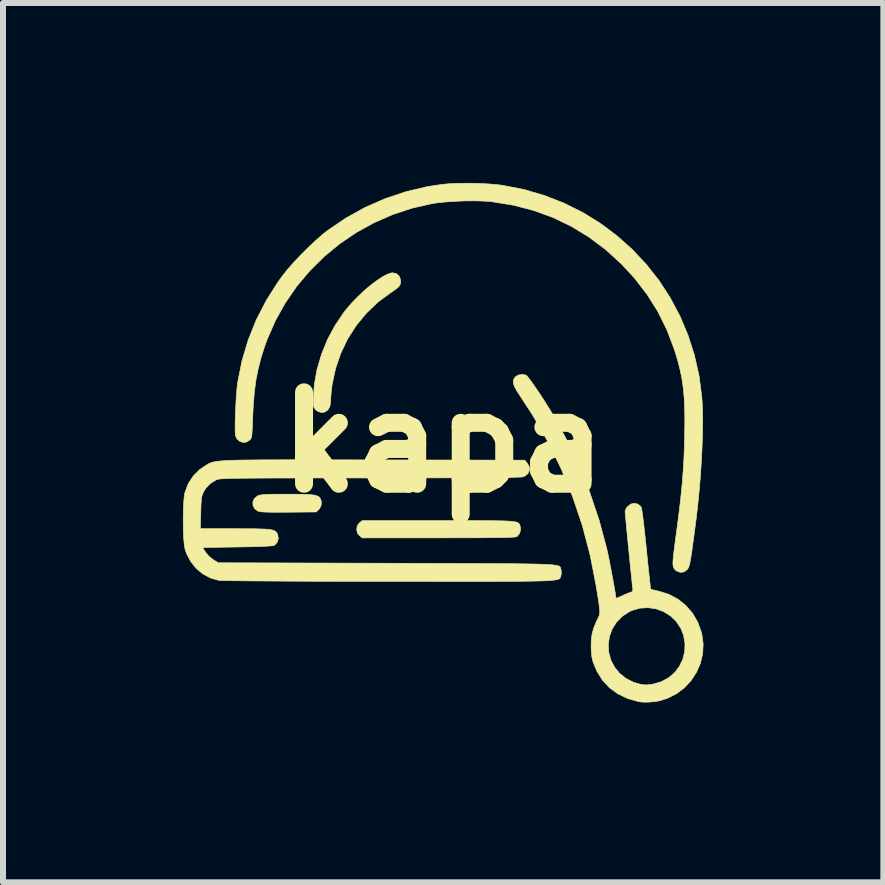
<source format=kicad_pcb>
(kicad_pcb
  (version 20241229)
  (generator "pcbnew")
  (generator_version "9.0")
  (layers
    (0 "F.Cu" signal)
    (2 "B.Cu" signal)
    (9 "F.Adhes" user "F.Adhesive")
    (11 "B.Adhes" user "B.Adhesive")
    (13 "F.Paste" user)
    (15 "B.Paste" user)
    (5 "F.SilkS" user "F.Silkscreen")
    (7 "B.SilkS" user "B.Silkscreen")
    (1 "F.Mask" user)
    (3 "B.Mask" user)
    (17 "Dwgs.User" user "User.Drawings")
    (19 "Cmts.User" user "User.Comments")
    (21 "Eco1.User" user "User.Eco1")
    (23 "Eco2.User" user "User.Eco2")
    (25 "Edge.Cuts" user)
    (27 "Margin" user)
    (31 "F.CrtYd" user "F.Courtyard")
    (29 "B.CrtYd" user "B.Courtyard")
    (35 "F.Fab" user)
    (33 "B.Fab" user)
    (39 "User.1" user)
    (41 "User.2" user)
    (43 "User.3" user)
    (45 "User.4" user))
  (footprint "kapa"
    (layer "F.Cu")
    (at 4.342 4.327)
    (property "Reference" "kapa" (at 0 0 0) (layer "F.SilkS") (effects (font (size 1.524 1.524) (thickness 0.3))))
    (attr through_hole)
    (fp_poly (pts (xy -2.459 0.864) (xy -2.342 0.866) (xy -2.252 0.869) (xy -2.185 0.874) (xy -2.135 0.882) (xy -2.1 0.893) (xy -2.075 0.907) (xy -2.057 0.925) (xy -2.055 0.928) (xy -2.034 0.981) (xy -2.036 1.044) (xy -2.06 1.1) (xy -2.076 1.119) (xy -2.119 1.16) (xy -2.579 1.164) (xy -2.726 1.165) (xy -2.842 1.165) (xy -2.932 1.163) (xy -2.998 1.16) (xy -3.046 1.156) (xy -3.078 1.15) (xy -3.092 1.145) (xy -3.145 1.106) (xy -3.173 1.052) (xy -3.175 0.994) (xy -3.152 0.939) (xy -3.102 0.896) (xy -3.098 0.893) (xy -3.076 0.884) (xy -3.049 0.877) (xy -3.012 0.872) (xy -2.961 0.868) (xy -2.891 0.866) (xy -2.799 0.864) (xy -2.679 0.864) (xy -2.605 0.864) (xy -2.459 0.864)) (stroke (width 0.01) (type solid)) (fill yes) (layer "F.SilkS"))
    (fp_poly (pts (xy 0.376 1.304) (xy 0.558 1.304) (xy 0.714 1.305) (xy 0.844 1.306) (xy 0.952 1.308) (xy 1.039 1.31) (xy 1.109 1.314) (xy 1.162 1.319) (xy 1.202 1.325) (xy 1.231 1.333) (xy 1.25 1.343) (xy 1.263 1.354) (xy 1.271 1.367) (xy 1.277 1.383) (xy 1.283 1.401) (xy 1.283 1.402) (xy 1.289 1.46) (xy 1.271 1.519) (xy 1.235 1.564) (xy 1.222 1.573) (xy 1.2 1.577) (xy 1.151 1.581) (xy 1.072 1.584) (xy 0.964 1.586) (xy 0.826 1.588) (xy 0.657 1.59) (xy 0.457 1.591) (xy 0.224 1.591) (xy -0.042 1.592) (xy -0.083 1.592) (xy -1.353 1.592) (xy -1.398 1.553) (xy -1.431 1.514) (xy -1.442 1.464) (xy -1.443 1.448) (xy -1.435 1.393) (xy -1.408 1.352) (xy -1.398 1.343) (xy -1.353 1.304) (xy -0.079 1.304) (xy 0.164 1.304) (xy 0.376 1.304)) (stroke (width 0.01) (type solid)) (fill yes) (layer "F.SilkS"))
    (fp_poly (pts (xy -0.78 -2.813) (xy -0.735 -2.772) (xy -0.713 -2.712) (xy -0.711 -2.69) (xy -0.714 -2.651) (xy -0.726 -2.619) (xy -0.751 -2.588) (xy -0.796 -2.552) (xy -0.864 -2.506) (xy -0.873 -2.5) (xy -1.088 -2.341) (xy -1.281 -2.157) (xy -1.45 -1.952) (xy -1.594 -1.727) (xy -1.709 -1.487) (xy -1.796 -1.233) (xy -1.853 -0.968) (xy -1.861 -0.906) (xy -1.87 -0.826) (xy -1.876 -0.749) (xy -1.879 -0.687) (xy -1.88 -0.674) (xy -1.892 -0.599) (xy -1.924 -0.542) (xy -1.972 -0.507) (xy -2.028 -0.497) (xy -2.087 -0.515) (xy -2.114 -0.533) (xy -2.14 -0.557) (xy -2.156 -0.58) (xy -2.164 -0.611) (xy -2.167 -0.66) (xy -2.167 -0.717) (xy -2.151 -0.965) (xy -2.105 -1.218) (xy -2.03 -1.47) (xy -1.93 -1.717) (xy -1.804 -1.951) (xy -1.657 -2.169) (xy -1.617 -2.22) (xy -1.525 -2.327) (xy -1.424 -2.431) (xy -1.319 -2.53) (xy -1.213 -2.62) (xy -1.11 -2.697) (xy -1.016 -2.76) (xy -0.933 -2.804) (xy -0.866 -2.826) (xy -0.844 -2.828) (xy -0.78 -2.813)) (stroke (width 0.01) (type solid)) (fill yes) (layer "F.SilkS"))
    (fp_poly (pts (xy 0.605 -4.318) (xy 0.772 -4.309) (xy 0.923 -4.295) (xy 0.992 -4.286) (xy 1.346 -4.217) (xy 1.687 -4.117) (xy 2.014 -3.989) (xy 2.325 -3.834) (xy 2.619 -3.653) (xy 2.894 -3.447) (xy 3.15 -3.219) (xy 3.384 -2.97) (xy 3.596 -2.701) (xy 3.783 -2.413) (xy 3.945 -2.109) (xy 4.08 -1.789) (xy 4.187 -1.456) (xy 4.265 -1.11) (xy 4.311 -0.754) (xy 4.317 -0.671) (xy 4.324 -0.508) (xy 4.325 -0.317) (xy 4.321 -0.105) (xy 4.313 0.124) (xy 4.3 0.363) (xy 4.284 0.606) (xy 4.263 0.848) (xy 4.239 1.082) (xy 4.218 1.262) (xy 4.194 1.447) (xy 4.173 1.603) (xy 4.156 1.73) (xy 4.142 1.833) (xy 4.129 1.914) (xy 4.118 1.977) (xy 4.109 2.024) (xy 4.099 2.059) (xy 4.09 2.084) (xy 4.08 2.102) (xy 4.07 2.117) (xy 4.068 2.119) (xy 4.015 2.159) (xy 3.955 2.168) (xy 3.895 2.147) (xy 3.868 2.126) (xy 3.851 2.106) (xy 3.838 2.082) (xy 3.831 2.052) (xy 3.829 2.009) (xy 3.832 1.95) (xy 3.84 1.87) (xy 3.853 1.765) (xy 3.868 1.648) (xy 3.902 1.396) (xy 3.931 1.172) (xy 3.955 0.97) (xy 3.974 0.785) (xy 3.99 0.612) (xy 4.002 0.444) (xy 4.012 0.277) (xy 4.019 0.104) (xy 4.024 -0.079) (xy 4.025 -0.127) (xy 4.028 -0.357) (xy 4.025 -0.558) (xy 4.017 -0.739) (xy 4.002 -0.903) (xy 3.98 -1.058) (xy 3.949 -1.208) (xy 3.91 -1.361) (xy 3.862 -1.522) (xy 3.85 -1.557) (xy 3.729 -1.876) (xy 3.58 -2.178) (xy 3.401 -2.463) (xy 3.193 -2.734) (xy 2.973 -2.973) (xy 2.711 -3.212) (xy 2.433 -3.421) (xy 2.14 -3.6) (xy 1.832 -3.749) (xy 1.508 -3.867) (xy 1.17 -3.955) (xy 0.818 -4.012) (xy 0.796 -4.015) (xy 0.67 -4.024) (xy 0.521 -4.028) (xy 0.359 -4.027) (xy 0.193 -4.02) (xy 0.034 -4.009) (xy -0.109 -3.994) (xy -0.186 -3.982) (xy -0.521 -3.906) (xy -0.845 -3.799) (xy -1.156 -3.663) (xy -1.451 -3.5) (xy -1.729 -3.311) (xy -1.988 -3.098) (xy -2.227 -2.861) (xy -2.443 -2.604) (xy -2.634 -2.327) (xy -2.799 -2.032) (xy -2.936 -1.72) (xy -2.977 -1.608) (xy -3.039 -1.413) (xy -3.087 -1.225) (xy -3.125 -1.034) (xy -3.151 -0.833) (xy -3.169 -0.613) (xy -3.178 -0.418) (xy -3.182 -0.302) (xy -3.186 -0.215) (xy -3.19 -0.152) (xy -3.195 -0.109) (xy -3.201 -0.079) (xy -3.21 -0.06) (xy -3.222 -0.044) (xy -3.228 -0.039) (xy -3.282 -0.005) (xy -3.342 0.000258) (xy -3.398 -0.02) (xy -3.443 -0.063) (xy -3.465 -0.112) (xy -3.469 -0.15) (xy -3.471 -0.216) (xy -3.471 -0.304) (xy -3.469 -0.407) (xy -3.465 -0.519) (xy -3.459 -0.635) (xy -3.453 -0.747) (xy -3.445 -0.851) (xy -3.437 -0.939) (xy -3.429 -0.999) (xy -3.357 -1.36) (xy -3.253 -1.708) (xy -3.118 -2.044) (xy -2.951 -2.368) (xy -2.753 -2.68) (xy -2.682 -2.777) (xy -2.599 -2.882) (xy -2.495 -3) (xy -2.378 -3.124) (xy -2.254 -3.248) (xy -2.132 -3.363) (xy -2.016 -3.465) (xy -1.929 -3.534) (xy -1.624 -3.741) (xy -1.304 -3.918) (xy -0.969 -4.065) (xy -0.622 -4.181) (xy -0.265 -4.265) (xy -0.025 -4.302) (xy 0.107 -4.314) (xy 0.262 -4.32) (xy 0.431 -4.322) (xy 0.605 -4.318)) (stroke (width 0.01) (type solid)) (fill yes) (layer "F.SilkS"))
    (fp_poly (pts (xy 1.371 -1.124) (xy 1.39 -1.113) (xy 1.412 -1.088) (xy 1.45 -1.039) (xy 1.499 -0.971) (xy 1.555 -0.889) (xy 1.617 -0.798) (xy 1.679 -0.702) (xy 1.74 -0.606) (xy 1.792 -0.522) (xy 2.034 -0.089) (xy 2.251 0.363) (xy 2.44 0.827) (xy 2.599 1.3) (xy 2.727 1.777) (xy 2.728 1.782) (xy 2.743 1.849) (xy 2.761 1.936) (xy 2.78 2.035) (xy 2.801 2.142) (xy 2.821 2.25) (xy 2.84 2.353) (xy 2.856 2.445) (xy 2.869 2.521) (xy 2.876 2.574) (xy 2.878 2.595) (xy 2.892 2.596) (xy 2.927 2.583) (xy 2.959 2.568) (xy 3.02 2.54) (xy 3.081 2.515) (xy 3.103 2.507) (xy 3.144 2.492) (xy 3.16 2.473) (xy 3.16 2.438) (xy 3.158 2.424) (xy 3.154 2.392) (xy 3.147 2.332) (xy 3.139 2.249) (xy 3.128 2.147) (xy 3.116 2.032) (xy 3.104 1.908) (xy 3.091 1.779) (xy 3.078 1.651) (xy 3.066 1.528) (xy 3.055 1.414) (xy 3.046 1.315) (xy 3.038 1.234) (xy 3.033 1.177) (xy 3.031 1.149) (xy 3.031 1.147) (xy 3.041 1.117) (xy 3.067 1.078) (xy 3.075 1.068) (xy 3.127 1.028) (xy 3.186 1.015) (xy 3.244 1.029) (xy 3.291 1.067) (xy 3.302 1.085) (xy 3.308 1.109) (xy 3.316 1.162) (xy 3.327 1.242) (xy 3.34 1.344) (xy 3.353 1.464) (xy 3.368 1.599) (xy 3.383 1.745) (xy 3.387 1.78) (xy 3.401 1.926) (xy 3.415 2.061) (xy 3.428 2.182) (xy 3.439 2.284) (xy 3.448 2.365) (xy 3.454 2.42) (xy 3.458 2.446) (xy 3.458 2.448) (xy 3.476 2.454) (xy 3.519 2.464) (xy 3.577 2.477) (xy 3.586 2.479) (xy 3.755 2.531) (xy 3.908 2.611) (xy 4.041 2.717) (xy 4.154 2.846) (xy 4.242 2.996) (xy 4.303 3.164) (xy 4.31 3.192) (xy 4.333 3.359) (xy 4.325 3.524) (xy 4.287 3.684) (xy 4.222 3.833) (xy 4.133 3.97) (xy 4.021 4.091) (xy 3.888 4.191) (xy 3.738 4.267) (xy 3.606 4.309) (xy 3.521 4.323) (xy 3.426 4.331) (xy 3.335 4.332) (xy 3.262 4.324) (xy 3.26 4.324) (xy 3.073 4.27) (xy 2.91 4.192) (xy 2.77 4.09) (xy 2.653 3.963) (xy 2.559 3.811) (xy 2.496 3.658) (xy 2.477 3.575) (xy 2.467 3.47) (xy 2.465 3.395) (xy 2.466 3.367) (xy 2.751 3.367) (xy 2.759 3.5) (xy 2.794 3.63) (xy 2.859 3.752) (xy 2.941 3.853) (xy 3.049 3.938) (xy 3.174 4.001) (xy 3.271 4.029) (xy 3.33 4.04) (xy 3.373 4.044) (xy 3.416 4.042) (xy 3.473 4.034) (xy 3.494 4.031) (xy 3.633 3.992) (xy 3.754 3.927) (xy 3.856 3.841) (xy 3.937 3.735) (xy 3.994 3.616) (xy 4.026 3.487) (xy 4.03 3.352) (xy 4.006 3.214) (xy 3.964 3.107) (xy 3.888 2.99) (xy 3.79 2.894) (xy 3.675 2.822) (xy 3.548 2.775) (xy 3.414 2.756) (xy 3.278 2.764) (xy 3.145 2.803) (xy 3.105 2.821) (xy 2.984 2.9) (xy 2.888 2.998) (xy 2.816 3.112) (xy 2.771 3.236) (xy 2.751 3.367) (xy 2.466 3.367) (xy 2.468 3.286) (xy 2.481 3.192) (xy 2.507 3.101) (xy 2.547 3.001) (xy 2.573 2.946) (xy 2.587 2.917) (xy 2.598 2.892) (xy 2.606 2.867) (xy 2.609 2.838) (xy 2.608 2.799) (xy 2.603 2.748) (xy 2.594 2.679) (xy 2.58 2.588) (xy 2.561 2.47) (xy 2.546 2.379) (xy 2.448 1.877) (xy 2.318 1.384) (xy 2.156 0.903) (xy 1.963 0.435) (xy 1.74 -0.02) (xy 1.487 -0.459) (xy 1.29 -0.761) (xy 1.228 -0.856) (xy 1.187 -0.931) (xy 1.168 -0.989) (xy 1.168 -1.036) (xy 1.188 -1.076) (xy 1.208 -1.098) (xy 1.256 -1.125) (xy 1.316 -1.134) (xy 1.371 -1.124)) (stroke (width 0.01) (type solid)) (fill yes) (layer "F.SilkS"))
    (fp_poly (pts (xy -2.183 0.29) (xy -1.905 0.291) (xy -1.597 0.291) (xy -1.257 0.292) (xy -1.142 0.292) (xy 1.358 0.296) (xy 1.398 0.344) (xy 1.433 0.405) (xy 1.437 0.466) (xy 1.411 0.521) (xy 1.359 0.562) (xy 1.325 0.575) (xy 1.297 0.578) (xy 1.236 0.58) (xy 1.141 0.583) (xy 1.012 0.585) (xy 0.849 0.587) (xy 0.652 0.588) (xy 0.421 0.59) (xy 0.157 0.591) (xy -0.141 0.592) (xy -0.474 0.592) (xy -0.84 0.593) (xy -1.228 0.593) (xy -1.567 0.593) (xy -1.875 0.593) (xy -2.152 0.593) (xy -2.4 0.594) (xy -2.62 0.594) (xy -2.815 0.594) (xy -2.986 0.595) (xy -3.135 0.596) (xy -3.264 0.597) (xy -3.373 0.598) (xy -3.465 0.599) (xy -3.541 0.601) (xy -3.603 0.603) (xy -3.653 0.605) (xy -3.692 0.607) (xy -3.722 0.61) (xy -3.745 0.613) (xy -3.762 0.616) (xy -3.774 0.62) (xy -3.785 0.624) (xy -3.885 0.685) (xy -3.961 0.765) (xy -3.996 0.824) (xy -4.012 0.858) (xy -4.024 0.892) (xy -4.032 0.932) (xy -4.037 0.986) (xy -4.041 1.059) (xy -4.044 1.158) (xy -4.044 1.173) (xy -4.051 1.439) (xy -3.473 1.439) (xy -3.304 1.44) (xy -3.166 1.44) (xy -3.055 1.443) (xy -2.968 1.446) (xy -2.902 1.452) (xy -2.853 1.46) (xy -2.818 1.472) (xy -2.794 1.487) (xy -2.778 1.505) (xy -2.765 1.529) (xy -2.761 1.539) (xy -2.751 1.602) (xy -2.768 1.663) (xy -2.809 1.71) (xy -2.817 1.715) (xy -2.841 1.722) (xy -2.89 1.727) (xy -2.965 1.732) (xy -3.068 1.736) (xy -3.201 1.74) (xy -3.366 1.743) (xy -3.434 1.744) (xy -4.014 1.753) (xy -3.964 1.832) (xy -3.902 1.905) (xy -3.832 1.959) (xy -3.751 2.007) (xy -0.94 2.015) (xy -0.574 2.016) (xy -0.241 2.017) (xy 0.062 2.018) (xy 0.335 2.019) (xy 0.581 2.02) (xy 0.8 2.021) (xy 0.994 2.022) (xy 1.165 2.023) (xy 1.314 2.025) (xy 1.443 2.027) (xy 1.553 2.029) (xy 1.646 2.032) (xy 1.723 2.036) (xy 1.786 2.039) (xy 1.836 2.044) (xy 1.875 2.049) (xy 1.904 2.055) (xy 1.925 2.061) (xy 1.939 2.068) (xy 1.948 2.077) (xy 1.954 2.086) (xy 1.957 2.096) (xy 1.959 2.107) (xy 1.963 2.119) (xy 1.963 2.121) (xy 1.969 2.188) (xy 1.962 2.219) (xy 1.958 2.232) (xy 1.955 2.244) (xy 1.951 2.254) (xy 1.946 2.264) (xy 1.937 2.273) (xy 1.922 2.28) (xy 1.901 2.287) (xy 1.872 2.293) (xy 1.833 2.298) (xy 1.782 2.303) (xy 1.719 2.307) (xy 1.642 2.31) (xy 1.549 2.312) (xy 1.438 2.314) (xy 1.308 2.316) (xy 1.159 2.317) (xy 0.987 2.318) (xy 0.792 2.319) (xy 0.571 2.319) (xy 0.325 2.319) (xy 0.05 2.319) (xy -0.254 2.318) (xy -0.589 2.318) (xy -0.901 2.318) (xy -1.213 2.318) (xy -1.516 2.317) (xy -1.807 2.316) (xy -2.084 2.316) (xy -2.346 2.315) (xy -2.592 2.314) (xy -2.818 2.312) (xy -3.024 2.311) (xy -3.208 2.31) (xy -3.368 2.308) (xy -3.501 2.307) (xy -3.608 2.305) (xy -3.685 2.303) (xy -3.731 2.302) (xy -3.742 2.301) (xy -3.882 2.261) (xy -4.01 2.193) (xy -4.122 2.099) (xy -4.214 1.983) (xy -4.283 1.85) (xy -4.309 1.769) (xy -4.319 1.708) (xy -4.327 1.621) (xy -4.333 1.515) (xy -4.336 1.396) (xy -4.337 1.271) (xy -4.335 1.149) (xy -4.33 1.035) (xy -4.324 0.938) (xy -4.314 0.864) (xy -4.309 0.839) (xy -4.254 0.691) (xy -4.171 0.562) (xy -4.06 0.452) (xy -3.96 0.384) (xy -3.938 0.371) (xy -3.918 0.359) (xy -3.898 0.349) (xy -3.875 0.339) (xy -3.849 0.331) (xy -3.818 0.324) (xy -3.78 0.317) (xy -3.733 0.312) (xy -3.677 0.307) (xy -3.608 0.303) (xy -3.526 0.299) (xy -3.428 0.296) (xy -3.314 0.294) (xy -3.181 0.293) (xy -3.028 0.291) (xy -2.854 0.291) (xy -2.656 0.29) (xy -2.433 0.29) (xy -2.183 0.29)) (stroke (width 0.01) (type solid)) (fill yes) (layer "F.SilkS")))
  (gr_rect
    (start -3 -3)
    (end 11.68 11.663)
    (stroke (width 0.1) (type default))
    (fill no)
    (layer "Edge.Cuts")))
</source>
